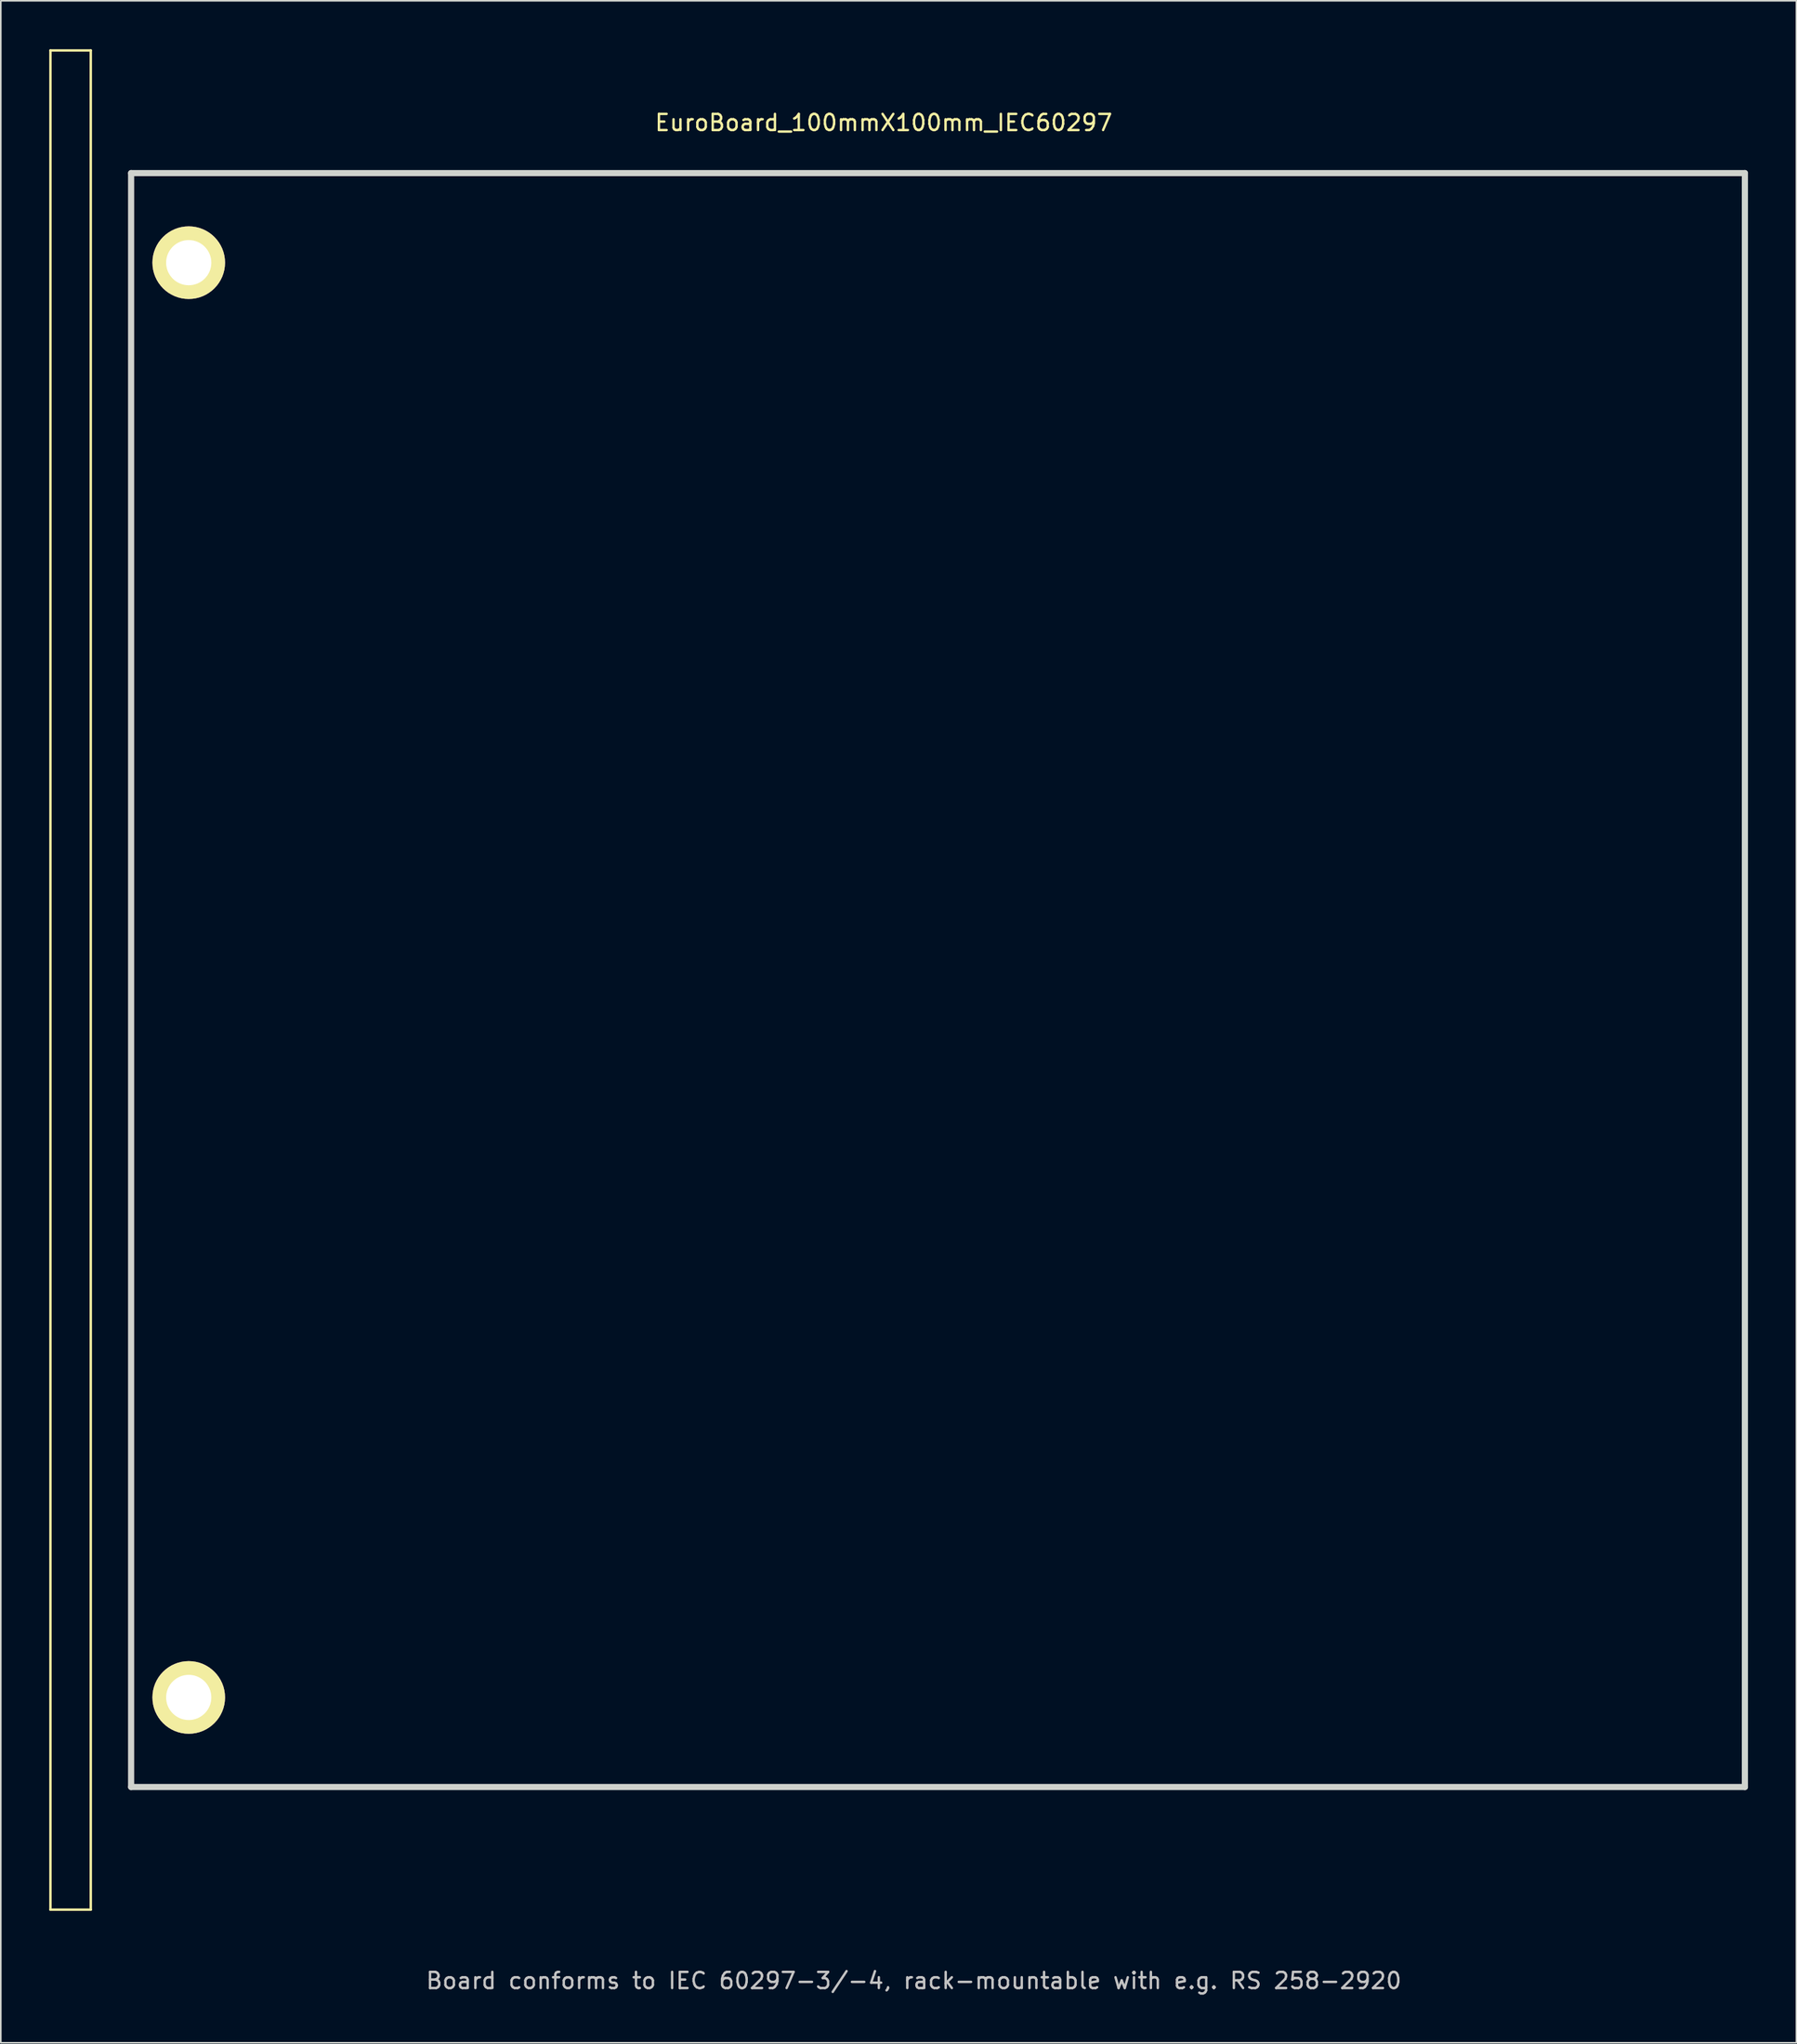
<source format=kicad_pcb>
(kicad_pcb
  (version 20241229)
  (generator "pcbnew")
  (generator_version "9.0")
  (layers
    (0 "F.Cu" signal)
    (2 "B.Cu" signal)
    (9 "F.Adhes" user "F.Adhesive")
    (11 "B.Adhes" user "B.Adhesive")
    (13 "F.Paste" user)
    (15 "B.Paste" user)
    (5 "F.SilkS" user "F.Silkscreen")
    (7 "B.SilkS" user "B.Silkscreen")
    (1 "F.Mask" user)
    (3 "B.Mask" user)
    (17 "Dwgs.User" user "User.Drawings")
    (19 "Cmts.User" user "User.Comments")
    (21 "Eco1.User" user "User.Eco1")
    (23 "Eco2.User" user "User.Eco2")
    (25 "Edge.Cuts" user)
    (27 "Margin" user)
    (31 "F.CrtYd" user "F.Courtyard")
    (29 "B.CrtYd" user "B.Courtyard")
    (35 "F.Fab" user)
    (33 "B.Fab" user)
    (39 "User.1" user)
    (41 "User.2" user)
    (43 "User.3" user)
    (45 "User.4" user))
  (footprint "EuroBoard_100mmX100mm_IEC60297"
    (layer "F.Cu")
    (at 5.075 107.675)
    (property "Reference" "EuroBoard_100mmX100mm_IEC60297" (at 46.634 -103.124 0) (layer "F.SilkS") (effects (font (size 1 1) (thickness 0.15))))
    (attr through_hole)
    (fp_line (start -5 -107.6) (end -2.5 -107.6) (stroke (width 0.15) (type solid)) (layer "F.SilkS"))
    (fp_line (start -5 7.6) (end -5 -107.6) (stroke (width 0.15) (type solid)) (layer "F.SilkS"))
    (fp_line (start -5 7.6) (end -2.5 7.6) (stroke (width 0.15) (type solid)) (layer "F.SilkS"))
    (fp_line (start -2.5 7.6) (end -2.5 -107.6) (stroke (width 0.15) (type solid)) (layer "F.SilkS"))
    (fp_line (start 0 -100) (end 100 -100) (stroke (width 0.381) (type solid)) (layer "Edge.Cuts"))
    (fp_line (start 0 0) (end 0 -100) (stroke (width 0.381) (type solid)) (layer "Edge.Cuts"))
    (fp_line (start 100 -100) (end 100 0) (stroke (width 0.381) (type solid)) (layer "Edge.Cuts"))
    (fp_line (start 100 0) (end 0 0) (stroke (width 0.381) (type solid)) (layer "Edge.Cuts"))
    (fp_text user "Board conforms to IEC 60297-3/-4, rack-mountable with e.g. RS 258-2920" (at 48.5 12 0) (layer "Dwgs.User") (effects (font (size 1 1) (thickness 0.15))))
    (pad "" thru_hole circle (at 3.57 -94.45) (size 4.5 4.5) (drill 2.8) (layers "*.Cu" "*.Mask" "F.SilkS"))
    (pad "" thru_hole circle (at 3.57 -5.55) (size 4.5 4.5) (drill 2.8) (layers "*.Cu" "*.Mask" "F.SilkS")))
  (gr_rect
    (start -3 -3)
    (end 108.266 123.523)
    (stroke (width 0.1) (type default))
    (fill no)
    (layer "Edge.Cuts")))
</source>
